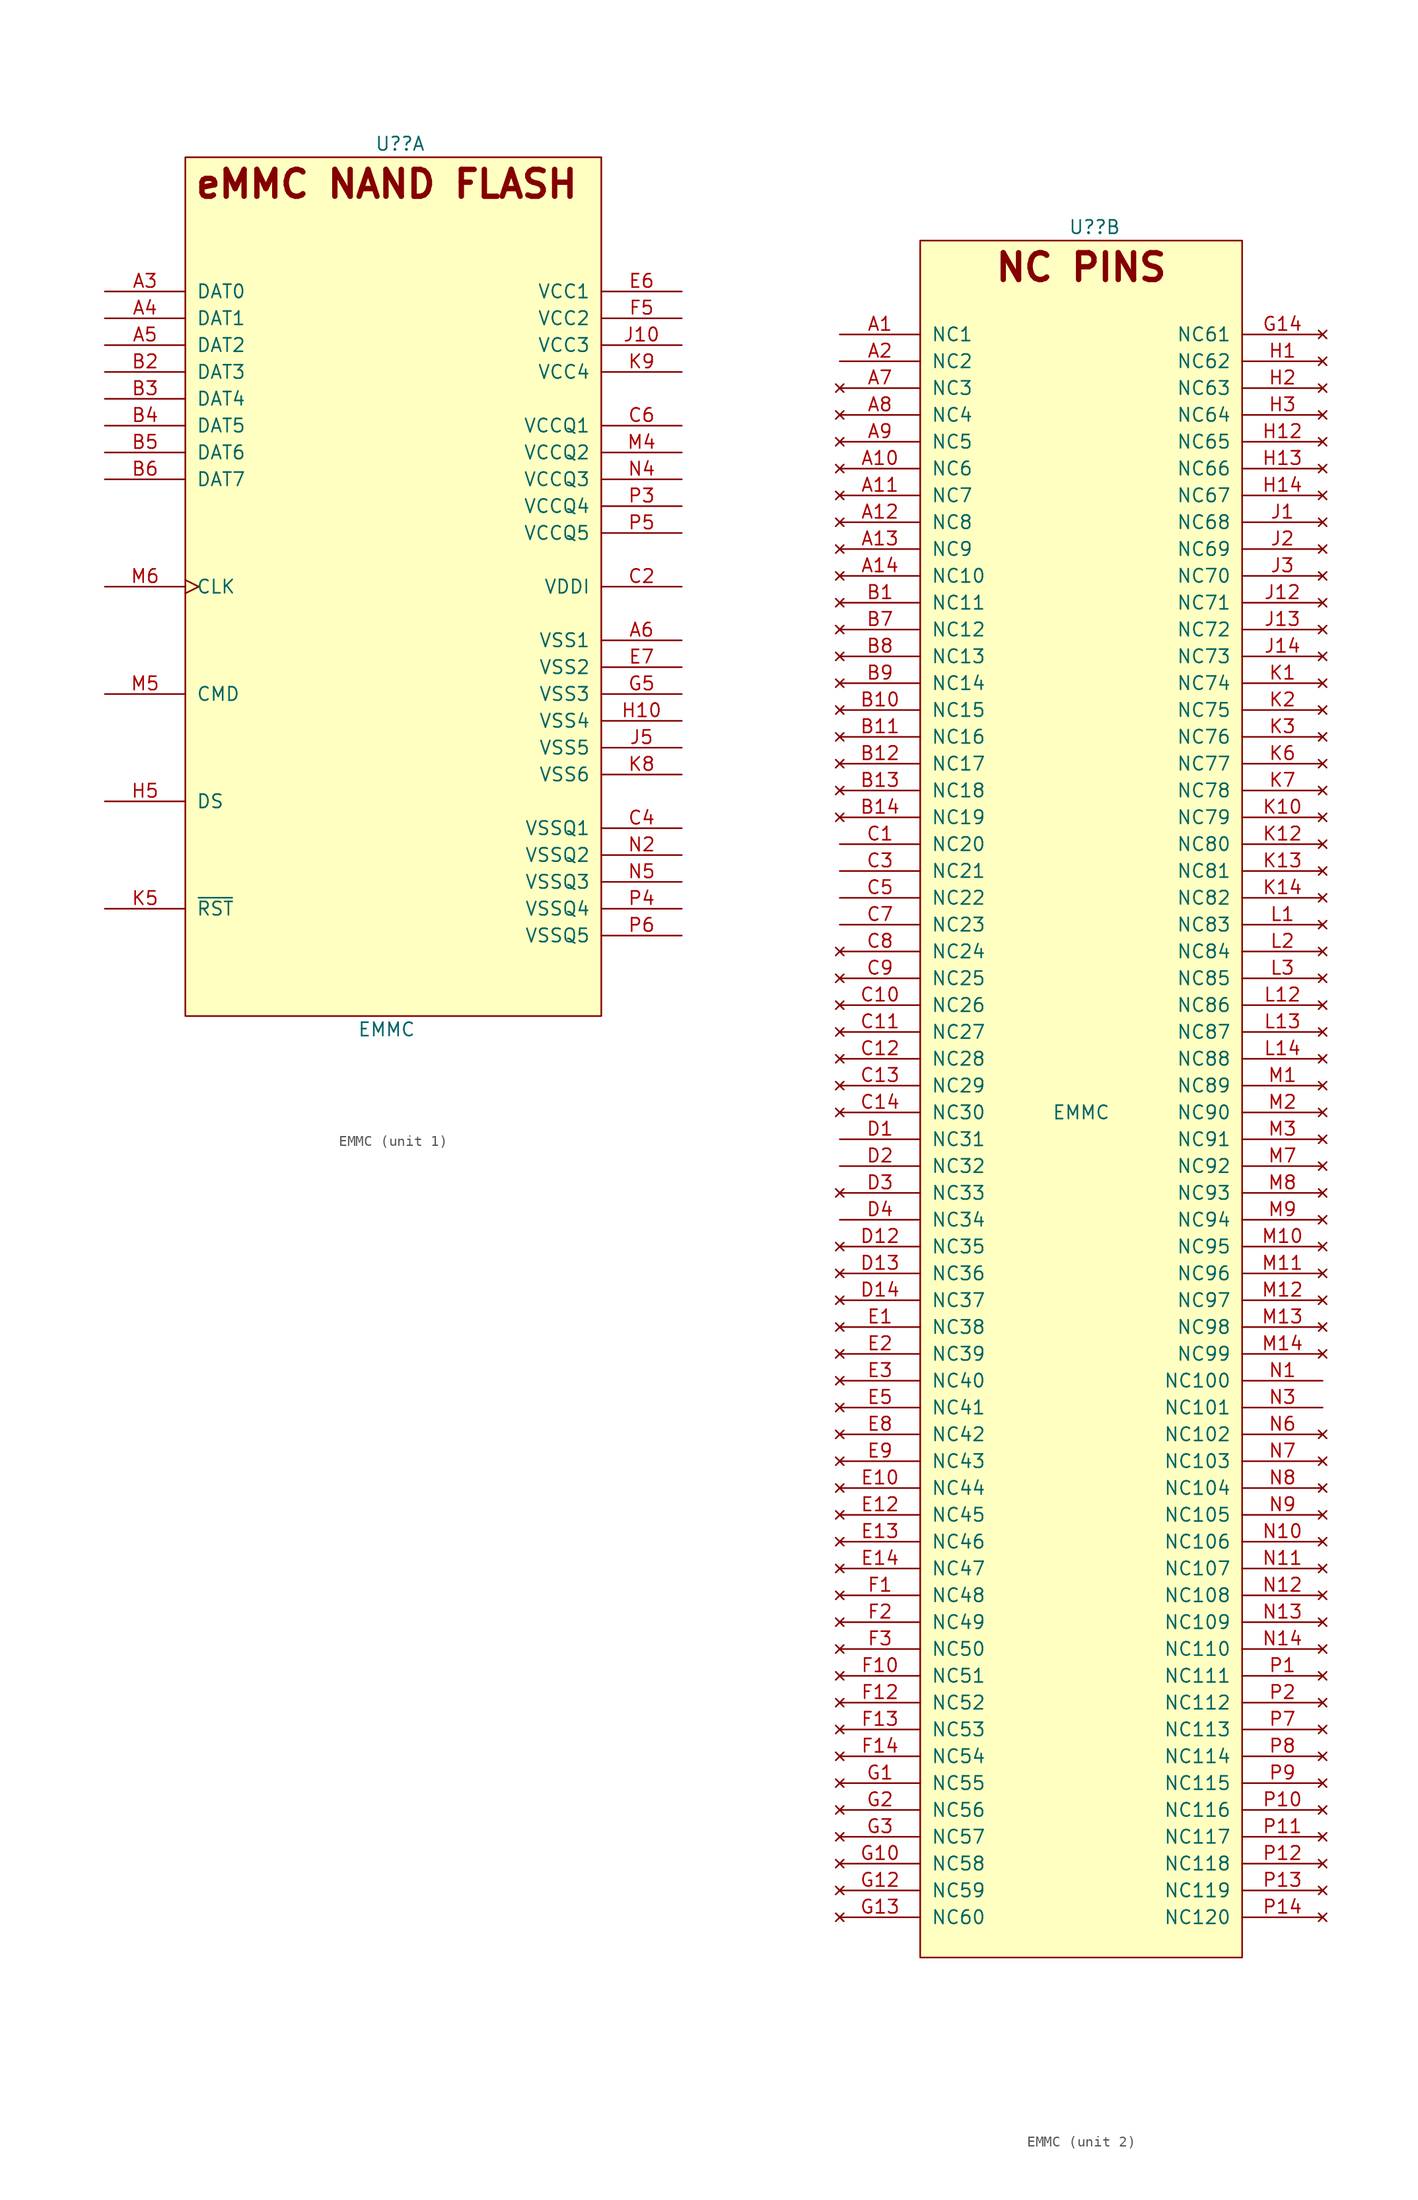
<source format=kicad_sym>
(kicad_symbol_lib
  (version 20211014)
  (generator kicad_symbol_editor)
  (symbol "EMMC"
    (pin_names
      (offset 1.016))
    (property "Reference" "U?"
      (at 1.27 1.27 0)
      (effects (font (size 1.27 1.27))))
    (property "Value" "EMMC"
      (at 0 -82.55 0)
      (effects (font (size 1.27 1.27))))
    (property "ki_locked" ""
      (at 0 0 0)
      (effects (font (size 1.27 1.27))))
    (symbol "EMMC_1_0"
      (text "eMMC NAND FLASH" (at 0 -2.54 0) (effects (font (size 2.54 2.54) bold))))
    (symbol "EMMC_1_1"
      (rectangle (start -19.05 0) (end 20.32 -81.28) (stroke (width 0) (type default) (color 0 0 0 0)) (fill (type background)))
      (pin bidirectional line (at -26.67 -12.7 0) (length 7.62) (name "DAT0" (effects (font (size 1.27 1.27)))) (number "A3" (effects (font (size 1.27 1.27)))))
      (pin bidirectional line (at -26.67 -15.24 0) (length 7.62) (name "DAT1" (effects (font (size 1.27 1.27)))) (number "A4" (effects (font (size 1.27 1.27)))))
      (pin bidirectional line (at -26.67 -17.78 0) (length 7.62) (name "DAT2" (effects (font (size 1.27 1.27)))) (number "A5" (effects (font (size 1.27 1.27)))))
      (pin power_in line (at 27.94 -45.72 180) (length 7.62) (name "VSS1" (effects (font (size 1.27 1.27)))) (number "A6" (effects (font (size 1.27 1.27)))))
      (pin bidirectional line (at -26.67 -20.32 0) (length 7.62) (name "DAT3" (effects (font (size 1.27 1.27)))) (number "B2" (effects (font (size 1.27 1.27)))))
      (pin bidirectional line (at -26.67 -22.86 0) (length 7.62) (name "DAT4" (effects (font (size 1.27 1.27)))) (number "B3" (effects (font (size 1.27 1.27)))))
      (pin bidirectional line (at -26.67 -25.4 0) (length 7.62) (name "DAT5" (effects (font (size 1.27 1.27)))) (number "B4" (effects (font (size 1.27 1.27)))))
      (pin bidirectional line (at -26.67 -27.94 0) (length 7.62) (name "DAT6" (effects (font (size 1.27 1.27)))) (number "B5" (effects (font (size 1.27 1.27)))))
      (pin bidirectional line (at -26.67 -30.48 0) (length 7.62) (name "DAT7" (effects (font (size 1.27 1.27)))) (number "B6" (effects (font (size 1.27 1.27)))))
      (pin passive line (at 27.94 -40.64 180) (length 7.62) (name "VDDI" (effects (font (size 1.27 1.27)))) (number "C2" (effects (font (size 1.27 1.27)))))
      (pin power_in line (at 27.94 -63.5 180) (length 7.62) (name "VSSQ1" (effects (font (size 1.27 1.27)))) (number "C4" (effects (font (size 1.27 1.27)))))
      (pin power_in line (at 27.94 -25.4 180) (length 7.62) (name "VCCQ1" (effects (font (size 1.27 1.27)))) (number "C6" (effects (font (size 1.27 1.27)))))
      (pin power_in line (at 27.94 -12.7 180) (length 7.62) (name "VCC1" (effects (font (size 1.27 1.27)))) (number "E6" (effects (font (size 1.27 1.27)))))
      (pin power_in line (at 27.94 -48.26 180) (length 7.62) (name "VSS2" (effects (font (size 1.27 1.27)))) (number "E7" (effects (font (size 1.27 1.27)))))
      (pin power_in line (at 27.94 -15.24 180) (length 7.62) (name "VCC2" (effects (font (size 1.27 1.27)))) (number "F5" (effects (font (size 1.27 1.27)))))
      (pin power_in line (at 27.94 -50.8 180) (length 7.62) (name "VSS3" (effects (font (size 1.27 1.27)))) (number "G5" (effects (font (size 1.27 1.27)))))
      (pin power_in line (at 27.94 -53.34 180) (length 7.62) (name "VSS4" (effects (font (size 1.27 1.27)))) (number "H10" (effects (font (size 1.27 1.27)))))
      (pin input line (at -26.67 -60.96 0) (length 7.62) (name "DS" (effects (font (size 1.27 1.27)))) (number "H5" (effects (font (size 1.27 1.27)))))
      (pin power_in line (at 27.94 -17.78 180) (length 7.62) (name "VCC3" (effects (font (size 1.27 1.27)))) (number "J10" (effects (font (size 1.27 1.27)))))
      (pin power_in line (at 27.94 -55.88 180) (length 7.62) (name "VSS5" (effects (font (size 1.27 1.27)))) (number "J5" (effects (font (size 1.27 1.27)))))
      (pin input line (at -26.67 -71.12 0) (length 7.62) (name "~{RST}" (effects (font (size 1.27 1.27)))) (number "K5" (effects (font (size 1.27 1.27)))))
      (pin power_in line (at 27.94 -58.42 180) (length 7.62) (name "VSS6" (effects (font (size 1.27 1.27)))) (number "K8" (effects (font (size 1.27 1.27)))))
      (pin power_in line (at 27.94 -20.32 180) (length 7.62) (name "VCC4" (effects (font (size 1.27 1.27)))) (number "K9" (effects (font (size 1.27 1.27)))))
      (pin power_in line (at 27.94 -27.94 180) (length 7.62) (name "VCCQ2" (effects (font (size 1.27 1.27)))) (number "M4" (effects (font (size 1.27 1.27)))))
      (pin output line (at -26.67 -50.8 0) (length 7.62) (name "CMD" (effects (font (size 1.27 1.27)))) (number "M5" (effects (font (size 1.27 1.27)))))
      (pin input clock (at -26.67 -40.64 0) (length 7.62) (name "CLK" (effects (font (size 1.27 1.27)))) (number "M6" (effects (font (size 1.27 1.27)))))
      (pin power_in line (at 27.94 -66.04 180) (length 7.62) (name "VSSQ2" (effects (font (size 1.27 1.27)))) (number "N2" (effects (font (size 1.27 1.27)))))
      (pin power_in line (at 27.94 -30.48 180) (length 7.62) (name "VCCQ3" (effects (font (size 1.27 1.27)))) (number "N4" (effects (font (size 1.27 1.27)))))
      (pin power_in line (at 27.94 -68.58 180) (length 7.62) (name "VSSQ3" (effects (font (size 1.27 1.27)))) (number "N5" (effects (font (size 1.27 1.27)))))
      (pin power_in line (at 27.94 -33.02 180) (length 7.62) (name "VCCQ4" (effects (font (size 1.27 1.27)))) (number "P3" (effects (font (size 1.27 1.27)))))
      (pin power_in line (at 27.94 -71.12 180) (length 7.62) (name "VSSQ4" (effects (font (size 1.27 1.27)))) (number "P4" (effects (font (size 1.27 1.27)))))
      (pin power_in line (at 27.94 -35.56 180) (length 7.62) (name "VCCQ5" (effects (font (size 1.27 1.27)))) (number "P5" (effects (font (size 1.27 1.27)))))
      (pin power_in line (at 27.94 -73.66 180) (length 7.62) (name "VSSQ5" (effects (font (size 1.27 1.27)))) (number "P6" (effects (font (size 1.27 1.27))))))
    (symbol "EMMC_2_0"
      (text "NC PINS" (at 0 -2.54 0) (effects (font (size 2.54 2.54) bold))))
    (symbol "EMMC_2_1"
      (rectangle (start -15.24 0) (end 15.24 -162.56) (stroke (width 0) (type default) (color 0 0 0 0)) (fill (type background)))
      (pin passive line (at -22.86 -8.89 0) (length 7.62) (name "NC1" (effects (font (size 1.27 1.27)))) (number "A1" (effects (font (size 1.27 1.27)))))
      (pin no_connect line (at -22.86 -21.59 0) (length 7.62) (name "NC6" (effects (font (size 1.27 1.27)))) (number "A10" (effects (font (size 1.27 1.27)))))
      (pin no_connect line (at -22.86 -24.13 0) (length 7.62) (name "NC7" (effects (font (size 1.27 1.27)))) (number "A11" (effects (font (size 1.27 1.27)))))
      (pin no_connect line (at -22.86 -26.67 0) (length 7.62) (name "NC8" (effects (font (size 1.27 1.27)))) (number "A12" (effects (font (size 1.27 1.27)))))
      (pin no_connect line (at -22.86 -29.21 0) (length 7.62) (name "NC9" (effects (font (size 1.27 1.27)))) (number "A13" (effects (font (size 1.27 1.27)))))
      (pin no_connect line (at -22.86 -31.75 0) (length 7.62) (name "NC10" (effects (font (size 1.27 1.27)))) (number "A14" (effects (font (size 1.27 1.27)))))
      (pin passive line (at -22.86 -11.43 0) (length 7.62) (name "NC2" (effects (font (size 1.27 1.27)))) (number "A2" (effects (font (size 1.27 1.27)))))
      (pin no_connect line (at -22.86 -13.97 0) (length 7.62) (name "NC3" (effects (font (size 1.27 1.27)))) (number "A7" (effects (font (size 1.27 1.27)))))
      (pin no_connect line (at -22.86 -16.51 0) (length 7.62) (name "NC4" (effects (font (size 1.27 1.27)))) (number "A8" (effects (font (size 1.27 1.27)))))
      (pin no_connect line (at -22.86 -19.05 0) (length 7.62) (name "NC5" (effects (font (size 1.27 1.27)))) (number "A9" (effects (font (size 1.27 1.27)))))
      (pin no_connect line (at -22.86 -34.29 0) (length 7.62) (name "NC11" (effects (font (size 1.27 1.27)))) (number "B1" (effects (font (size 1.27 1.27)))))
      (pin no_connect line (at -22.86 -44.45 0) (length 7.62) (name "NC15" (effects (font (size 1.27 1.27)))) (number "B10" (effects (font (size 1.27 1.27)))))
      (pin no_connect line (at -22.86 -46.99 0) (length 7.62) (name "NC16" (effects (font (size 1.27 1.27)))) (number "B11" (effects (font (size 1.27 1.27)))))
      (pin no_connect line (at -22.86 -49.53 0) (length 7.62) (name "NC17" (effects (font (size 1.27 1.27)))) (number "B12" (effects (font (size 1.27 1.27)))))
      (pin no_connect line (at -22.86 -52.07 0) (length 7.62) (name "NC18" (effects (font (size 1.27 1.27)))) (number "B13" (effects (font (size 1.27 1.27)))))
      (pin no_connect line (at -22.86 -54.61 0) (length 7.62) (name "NC19" (effects (font (size 1.27 1.27)))) (number "B14" (effects (font (size 1.27 1.27)))))
      (pin no_connect line (at -22.86 -36.83 0) (length 7.62) (name "NC12" (effects (font (size 1.27 1.27)))) (number "B7" (effects (font (size 1.27 1.27)))))
      (pin no_connect line (at -22.86 -39.37 0) (length 7.62) (name "NC13" (effects (font (size 1.27 1.27)))) (number "B8" (effects (font (size 1.27 1.27)))))
      (pin no_connect line (at -22.86 -41.91 0) (length 7.62) (name "NC14" (effects (font (size 1.27 1.27)))) (number "B9" (effects (font (size 1.27 1.27)))))
      (pin passive line (at -22.86 -57.15 0) (length 7.62) (name "NC20" (effects (font (size 1.27 1.27)))) (number "C1" (effects (font (size 1.27 1.27)))))
      (pin no_connect line (at -22.86 -72.39 0) (length 7.62) (name "NC26" (effects (font (size 1.27 1.27)))) (number "C10" (effects (font (size 1.27 1.27)))))
      (pin no_connect line (at -22.86 -74.93 0) (length 7.62) (name "NC27" (effects (font (size 1.27 1.27)))) (number "C11" (effects (font (size 1.27 1.27)))))
      (pin no_connect line (at -22.86 -77.47 0) (length 7.62) (name "NC28" (effects (font (size 1.27 1.27)))) (number "C12" (effects (font (size 1.27 1.27)))))
      (pin no_connect line (at -22.86 -80.01 0) (length 7.62) (name "NC29" (effects (font (size 1.27 1.27)))) (number "C13" (effects (font (size 1.27 1.27)))))
      (pin no_connect line (at -22.86 -82.55 0) (length 7.62) (name "NC30" (effects (font (size 1.27 1.27)))) (number "C14" (effects (font (size 1.27 1.27)))))
      (pin passive line (at -22.86 -59.69 0) (length 7.62) (name "NC21" (effects (font (size 1.27 1.27)))) (number "C3" (effects (font (size 1.27 1.27)))))
      (pin passive line (at -22.86 -62.23 0) (length 7.62) (name "NC22" (effects (font (size 1.27 1.27)))) (number "C5" (effects (font (size 1.27 1.27)))))
      (pin passive line (at -22.86 -64.77 0) (length 7.62) (name "NC23" (effects (font (size 1.27 1.27)))) (number "C7" (effects (font (size 1.27 1.27)))))
      (pin no_connect line (at -22.86 -67.31 0) (length 7.62) (name "NC24" (effects (font (size 1.27 1.27)))) (number "C8" (effects (font (size 1.27 1.27)))))
      (pin no_connect line (at -22.86 -69.85 0) (length 7.62) (name "NC25" (effects (font (size 1.27 1.27)))) (number "C9" (effects (font (size 1.27 1.27)))))
      (pin passive line (at -22.86 -85.09 0) (length 7.62) (name "NC31" (effects (font (size 1.27 1.27)))) (number "D1" (effects (font (size 1.27 1.27)))))
      (pin no_connect line (at -22.86 -95.25 0) (length 7.62) (name "NC35" (effects (font (size 1.27 1.27)))) (number "D12" (effects (font (size 1.27 1.27)))))
      (pin no_connect line (at -22.86 -97.79 0) (length 7.62) (name "NC36" (effects (font (size 1.27 1.27)))) (number "D13" (effects (font (size 1.27 1.27)))))
      (pin no_connect line (at -22.86 -100.33 0) (length 7.62) (name "NC37" (effects (font (size 1.27 1.27)))) (number "D14" (effects (font (size 1.27 1.27)))))
      (pin passive line (at -22.86 -87.63 0) (length 7.62) (name "NC32" (effects (font (size 1.27 1.27)))) (number "D2" (effects (font (size 1.27 1.27)))))
      (pin no_connect line (at -22.86 -90.17 0) (length 7.62) (name "NC33" (effects (font (size 1.27 1.27)))) (number "D3" (effects (font (size 1.27 1.27)))))
      (pin passive line (at -22.86 -92.71 0) (length 7.62) (name "NC34" (effects (font (size 1.27 1.27)))) (number "D4" (effects (font (size 1.27 1.27)))))
      (pin no_connect line (at -22.86 -102.87 0) (length 7.62) (name "NC38" (effects (font (size 1.27 1.27)))) (number "E1" (effects (font (size 1.27 1.27)))))
      (pin no_connect line (at -22.86 -118.11 0) (length 7.62) (name "NC44" (effects (font (size 1.27 1.27)))) (number "E10" (effects (font (size 1.27 1.27)))))
      (pin no_connect line (at -22.86 -120.65 0) (length 7.62) (name "NC45" (effects (font (size 1.27 1.27)))) (number "E12" (effects (font (size 1.27 1.27)))))
      (pin no_connect line (at -22.86 -123.19 0) (length 7.62) (name "NC46" (effects (font (size 1.27 1.27)))) (number "E13" (effects (font (size 1.27 1.27)))))
      (pin no_connect line (at -22.86 -125.73 0) (length 7.62) (name "NC47" (effects (font (size 1.27 1.27)))) (number "E14" (effects (font (size 1.27 1.27)))))
      (pin no_connect line (at -22.86 -105.41 0) (length 7.62) (name "NC39" (effects (font (size 1.27 1.27)))) (number "E2" (effects (font (size 1.27 1.27)))))
      (pin no_connect line (at -22.86 -107.95 0) (length 7.62) (name "NC40" (effects (font (size 1.27 1.27)))) (number "E3" (effects (font (size 1.27 1.27)))))
      (pin no_connect line (at -22.86 -110.49 0) (length 7.62) (name "NC41" (effects (font (size 1.27 1.27)))) (number "E5" (effects (font (size 1.27 1.27)))))
      (pin no_connect line (at -22.86 -113.03 0) (length 7.62) (name "NC42" (effects (font (size 1.27 1.27)))) (number "E8" (effects (font (size 1.27 1.27)))))
      (pin no_connect line (at -22.86 -115.57 0) (length 7.62) (name "NC43" (effects (font (size 1.27 1.27)))) (number "E9" (effects (font (size 1.27 1.27)))))
      (pin no_connect line (at -22.86 -128.27 0) (length 7.62) (name "NC48" (effects (font (size 1.27 1.27)))) (number "F1" (effects (font (size 1.27 1.27)))))
      (pin no_connect line (at -22.86 -135.89 0) (length 7.62) (name "NC51" (effects (font (size 1.27 1.27)))) (number "F10" (effects (font (size 1.27 1.27)))))
      (pin no_connect line (at -22.86 -138.43 0) (length 7.62) (name "NC52" (effects (font (size 1.27 1.27)))) (number "F12" (effects (font (size 1.27 1.27)))))
      (pin no_connect line (at -22.86 -140.97 0) (length 7.62) (name "NC53" (effects (font (size 1.27 1.27)))) (number "F13" (effects (font (size 1.27 1.27)))))
      (pin no_connect line (at -22.86 -143.51 0) (length 7.62) (name "NC54" (effects (font (size 1.27 1.27)))) (number "F14" (effects (font (size 1.27 1.27)))))
      (pin no_connect line (at -22.86 -130.81 0) (length 7.62) (name "NC49" (effects (font (size 1.27 1.27)))) (number "F2" (effects (font (size 1.27 1.27)))))
      (pin no_connect line (at -22.86 -133.35 0) (length 7.62) (name "NC50" (effects (font (size 1.27 1.27)))) (number "F3" (effects (font (size 1.27 1.27)))))
      (pin no_connect line (at -22.86 -146.05 0) (length 7.62) (name "NC55" (effects (font (size 1.27 1.27)))) (number "G1" (effects (font (size 1.27 1.27)))))
      (pin no_connect line (at -22.86 -153.67 0) (length 7.62) (name "NC58" (effects (font (size 1.27 1.27)))) (number "G10" (effects (font (size 1.27 1.27)))))
      (pin no_connect line (at -22.86 -156.21 0) (length 7.62) (name "NC59" (effects (font (size 1.27 1.27)))) (number "G12" (effects (font (size 1.27 1.27)))))
      (pin no_connect line (at -22.86 -158.75 0) (length 7.62) (name "NC60" (effects (font (size 1.27 1.27)))) (number "G13" (effects (font (size 1.27 1.27)))))
      (pin no_connect line (at 22.86 -8.89 180) (length 7.62) (name "NC61" (effects (font (size 1.27 1.27)))) (number "G14" (effects (font (size 1.27 1.27)))))
      (pin no_connect line (at -22.86 -148.59 0) (length 7.62) (name "NC56" (effects (font (size 1.27 1.27)))) (number "G2" (effects (font (size 1.27 1.27)))))
      (pin no_connect line (at -22.86 -151.13 0) (length 7.62) (name "NC57" (effects (font (size 1.27 1.27)))) (number "G3" (effects (font (size 1.27 1.27)))))
      (pin no_connect line (at 22.86 -11.43 180) (length 7.62) (name "NC62" (effects (font (size 1.27 1.27)))) (number "H1" (effects (font (size 1.27 1.27)))))
      (pin no_connect line (at 22.86 -19.05 180) (length 7.62) (name "NC65" (effects (font (size 1.27 1.27)))) (number "H12" (effects (font (size 1.27 1.27)))))
      (pin no_connect line (at 22.86 -21.59 180) (length 7.62) (name "NC66" (effects (font (size 1.27 1.27)))) (number "H13" (effects (font (size 1.27 1.27)))))
      (pin no_connect line (at 22.86 -24.13 180) (length 7.62) (name "NC67" (effects (font (size 1.27 1.27)))) (number "H14" (effects (font (size 1.27 1.27)))))
      (pin no_connect line (at 22.86 -13.97 180) (length 7.62) (name "NC63" (effects (font (size 1.27 1.27)))) (number "H2" (effects (font (size 1.27 1.27)))))
      (pin no_connect line (at 22.86 -16.51 180) (length 7.62) (name "NC64" (effects (font (size 1.27 1.27)))) (number "H3" (effects (font (size 1.27 1.27)))))
      (pin no_connect line (at 22.86 -26.67 180) (length 7.62) (name "NC68" (effects (font (size 1.27 1.27)))) (number "J1" (effects (font (size 1.27 1.27)))))
      (pin no_connect line (at 22.86 -34.29 180) (length 7.62) (name "NC71" (effects (font (size 1.27 1.27)))) (number "J12" (effects (font (size 1.27 1.27)))))
      (pin no_connect line (at 22.86 -36.83 180) (length 7.62) (name "NC72" (effects (font (size 1.27 1.27)))) (number "J13" (effects (font (size 1.27 1.27)))))
      (pin no_connect line (at 22.86 -39.37 180) (length 7.62) (name "NC73" (effects (font (size 1.27 1.27)))) (number "J14" (effects (font (size 1.27 1.27)))))
      (pin no_connect line (at 22.86 -29.21 180) (length 7.62) (name "NC69" (effects (font (size 1.27 1.27)))) (number "J2" (effects (font (size 1.27 1.27)))))
      (pin no_connect line (at 22.86 -31.75 180) (length 7.62) (name "NC70" (effects (font (size 1.27 1.27)))) (number "J3" (effects (font (size 1.27 1.27)))))
      (pin no_connect line (at 22.86 -41.91 180) (length 7.62) (name "NC74" (effects (font (size 1.27 1.27)))) (number "K1" (effects (font (size 1.27 1.27)))))
      (pin no_connect line (at 22.86 -54.61 180) (length 7.62) (name "NC79" (effects (font (size 1.27 1.27)))) (number "K10" (effects (font (size 1.27 1.27)))))
      (pin no_connect line (at 22.86 -57.15 180) (length 7.62) (name "NC80" (effects (font (size 1.27 1.27)))) (number "K12" (effects (font (size 1.27 1.27)))))
      (pin no_connect line (at 22.86 -59.69 180) (length 7.62) (name "NC81" (effects (font (size 1.27 1.27)))) (number "K13" (effects (font (size 1.27 1.27)))))
      (pin no_connect line (at 22.86 -62.23 180) (length 7.62) (name "NC82" (effects (font (size 1.27 1.27)))) (number "K14" (effects (font (size 1.27 1.27)))))
      (pin no_connect line (at 22.86 -44.45 180) (length 7.62) (name "NC75" (effects (font (size 1.27 1.27)))) (number "K2" (effects (font (size 1.27 1.27)))))
      (pin no_connect line (at 22.86 -46.99 180) (length 7.62) (name "NC76" (effects (font (size 1.27 1.27)))) (number "K3" (effects (font (size 1.27 1.27)))))
      (pin no_connect line (at 22.86 -49.53 180) (length 7.62) (name "NC77" (effects (font (size 1.27 1.27)))) (number "K6" (effects (font (size 1.27 1.27)))))
      (pin no_connect line (at 22.86 -52.07 180) (length 7.62) (name "NC78" (effects (font (size 1.27 1.27)))) (number "K7" (effects (font (size 1.27 1.27)))))
      (pin no_connect line (at 22.86 -64.77 180) (length 7.62) (name "NC83" (effects (font (size 1.27 1.27)))) (number "L1" (effects (font (size 1.27 1.27)))))
      (pin no_connect line (at 22.86 -72.39 180) (length 7.62) (name "NC86" (effects (font (size 1.27 1.27)))) (number "L12" (effects (font (size 1.27 1.27)))))
      (pin no_connect line (at 22.86 -74.93 180) (length 7.62) (name "NC87" (effects (font (size 1.27 1.27)))) (number "L13" (effects (font (size 1.27 1.27)))))
      (pin no_connect line (at 22.86 -77.47 180) (length 7.62) (name "NC88" (effects (font (size 1.27 1.27)))) (number "L14" (effects (font (size 1.27 1.27)))))
      (pin no_connect line (at 22.86 -67.31 180) (length 7.62) (name "NC84" (effects (font (size 1.27 1.27)))) (number "L2" (effects (font (size 1.27 1.27)))))
      (pin no_connect line (at 22.86 -69.85 180) (length 7.62) (name "NC85" (effects (font (size 1.27 1.27)))) (number "L3" (effects (font (size 1.27 1.27)))))
      (pin no_connect line (at 22.86 -80.01 180) (length 7.62) (name "NC89" (effects (font (size 1.27 1.27)))) (number "M1" (effects (font (size 1.27 1.27)))))
      (pin no_connect line (at 22.86 -95.25 180) (length 7.62) (name "NC95" (effects (font (size 1.27 1.27)))) (number "M10" (effects (font (size 1.27 1.27)))))
      (pin no_connect line (at 22.86 -97.79 180) (length 7.62) (name "NC96" (effects (font (size 1.27 1.27)))) (number "M11" (effects (font (size 1.27 1.27)))))
      (pin no_connect line (at 22.86 -100.33 180) (length 7.62) (name "NC97" (effects (font (size 1.27 1.27)))) (number "M12" (effects (font (size 1.27 1.27)))))
      (pin no_connect line (at 22.86 -102.87 180) (length 7.62) (name "NC98" (effects (font (size 1.27 1.27)))) (number "M13" (effects (font (size 1.27 1.27)))))
      (pin no_connect line (at 22.86 -105.41 180) (length 7.62) (name "NC99" (effects (font (size 1.27 1.27)))) (number "M14" (effects (font (size 1.27 1.27)))))
      (pin no_connect line (at 22.86 -82.55 180) (length 7.62) (name "NC90" (effects (font (size 1.27 1.27)))) (number "M2" (effects (font (size 1.27 1.27)))))
      (pin no_connect line (at 22.86 -85.09 180) (length 7.62) (name "NC91" (effects (font (size 1.27 1.27)))) (number "M3" (effects (font (size 1.27 1.27)))))
      (pin no_connect line (at 22.86 -87.63 180) (length 7.62) (name "NC92" (effects (font (size 1.27 1.27)))) (number "M7" (effects (font (size 1.27 1.27)))))
      (pin no_connect line (at 22.86 -90.17 180) (length 7.62) (name "NC93" (effects (font (size 1.27 1.27)))) (number "M8" (effects (font (size 1.27 1.27)))))
      (pin no_connect line (at 22.86 -92.71 180) (length 7.62) (name "NC94" (effects (font (size 1.27 1.27)))) (number "M9" (effects (font (size 1.27 1.27)))))
      (pin passive line (at 22.86 -107.95 180) (length 7.62) (name "NC100" (effects (font (size 1.27 1.27)))) (number "N1" (effects (font (size 1.27 1.27)))))
      (pin no_connect line (at 22.86 -123.19 180) (length 7.62) (name "NC106" (effects (font (size 1.27 1.27)))) (number "N10" (effects (font (size 1.27 1.27)))))
      (pin no_connect line (at 22.86 -125.73 180) (length 7.62) (name "NC107" (effects (font (size 1.27 1.27)))) (number "N11" (effects (font (size 1.27 1.27)))))
      (pin no_connect line (at 22.86 -128.27 180) (length 7.62) (name "NC108" (effects (font (size 1.27 1.27)))) (number "N12" (effects (font (size 1.27 1.27)))))
      (pin no_connect line (at 22.86 -130.81 180) (length 7.62) (name "NC109" (effects (font (size 1.27 1.27)))) (number "N13" (effects (font (size 1.27 1.27)))))
      (pin no_connect line (at 22.86 -133.35 180) (length 7.62) (name "NC110" (effects (font (size 1.27 1.27)))) (number "N14" (effects (font (size 1.27 1.27)))))
      (pin passive line (at 22.86 -110.49 180) (length 7.62) (name "NC101" (effects (font (size 1.27 1.27)))) (number "N3" (effects (font (size 1.27 1.27)))))
      (pin no_connect line (at 22.86 -113.03 180) (length 7.62) (name "NC102" (effects (font (size 1.27 1.27)))) (number "N6" (effects (font (size 1.27 1.27)))))
      (pin no_connect line (at 22.86 -115.57 180) (length 7.62) (name "NC103" (effects (font (size 1.27 1.27)))) (number "N7" (effects (font (size 1.27 1.27)))))
      (pin no_connect line (at 22.86 -118.11 180) (length 7.62) (name "NC104" (effects (font (size 1.27 1.27)))) (number "N8" (effects (font (size 1.27 1.27)))))
      (pin no_connect line (at 22.86 -120.65 180) (length 7.62) (name "NC105" (effects (font (size 1.27 1.27)))) (number "N9" (effects (font (size 1.27 1.27)))))
      (pin no_connect line (at 22.86 -135.89 180) (length 7.62) (name "NC111" (effects (font (size 1.27 1.27)))) (number "P1" (effects (font (size 1.27 1.27)))))
      (pin no_connect line (at 22.86 -148.59 180) (length 7.62) (name "NC116" (effects (font (size 1.27 1.27)))) (number "P10" (effects (font (size 1.27 1.27)))))
      (pin no_connect line (at 22.86 -151.13 180) (length 7.62) (name "NC117" (effects (font (size 1.27 1.27)))) (number "P11" (effects (font (size 1.27 1.27)))))
      (pin no_connect line (at 22.86 -153.67 180) (length 7.62) (name "NC118" (effects (font (size 1.27 1.27)))) (number "P12" (effects (font (size 1.27 1.27)))))
      (pin no_connect line (at 22.86 -156.21 180) (length 7.62) (name "NC119" (effects (font (size 1.27 1.27)))) (number "P13" (effects (font (size 1.27 1.27)))))
      (pin no_connect line (at 22.86 -158.75 180) (length 7.62) (name "NC120" (effects (font (size 1.27 1.27)))) (number "P14" (effects (font (size 1.27 1.27)))))
      (pin no_connect line (at 22.86 -138.43 180) (length 7.62) (name "NC112" (effects (font (size 1.27 1.27)))) (number "P2" (effects (font (size 1.27 1.27)))))
      (pin no_connect line (at 22.86 -140.97 180) (length 7.62) (name "NC113" (effects (font (size 1.27 1.27)))) (number "P7" (effects (font (size 1.27 1.27)))))
      (pin no_connect line (at 22.86 -143.51 180) (length 7.62) (name "NC114" (effects (font (size 1.27 1.27)))) (number "P8" (effects (font (size 1.27 1.27)))))
      (pin no_connect line (at 22.86 -146.05 180) (length 7.62) (name "NC115" (effects (font (size 1.27 1.27)))) (number "P9" (effects (font (size 1.27 1.27))))))))
</source>
